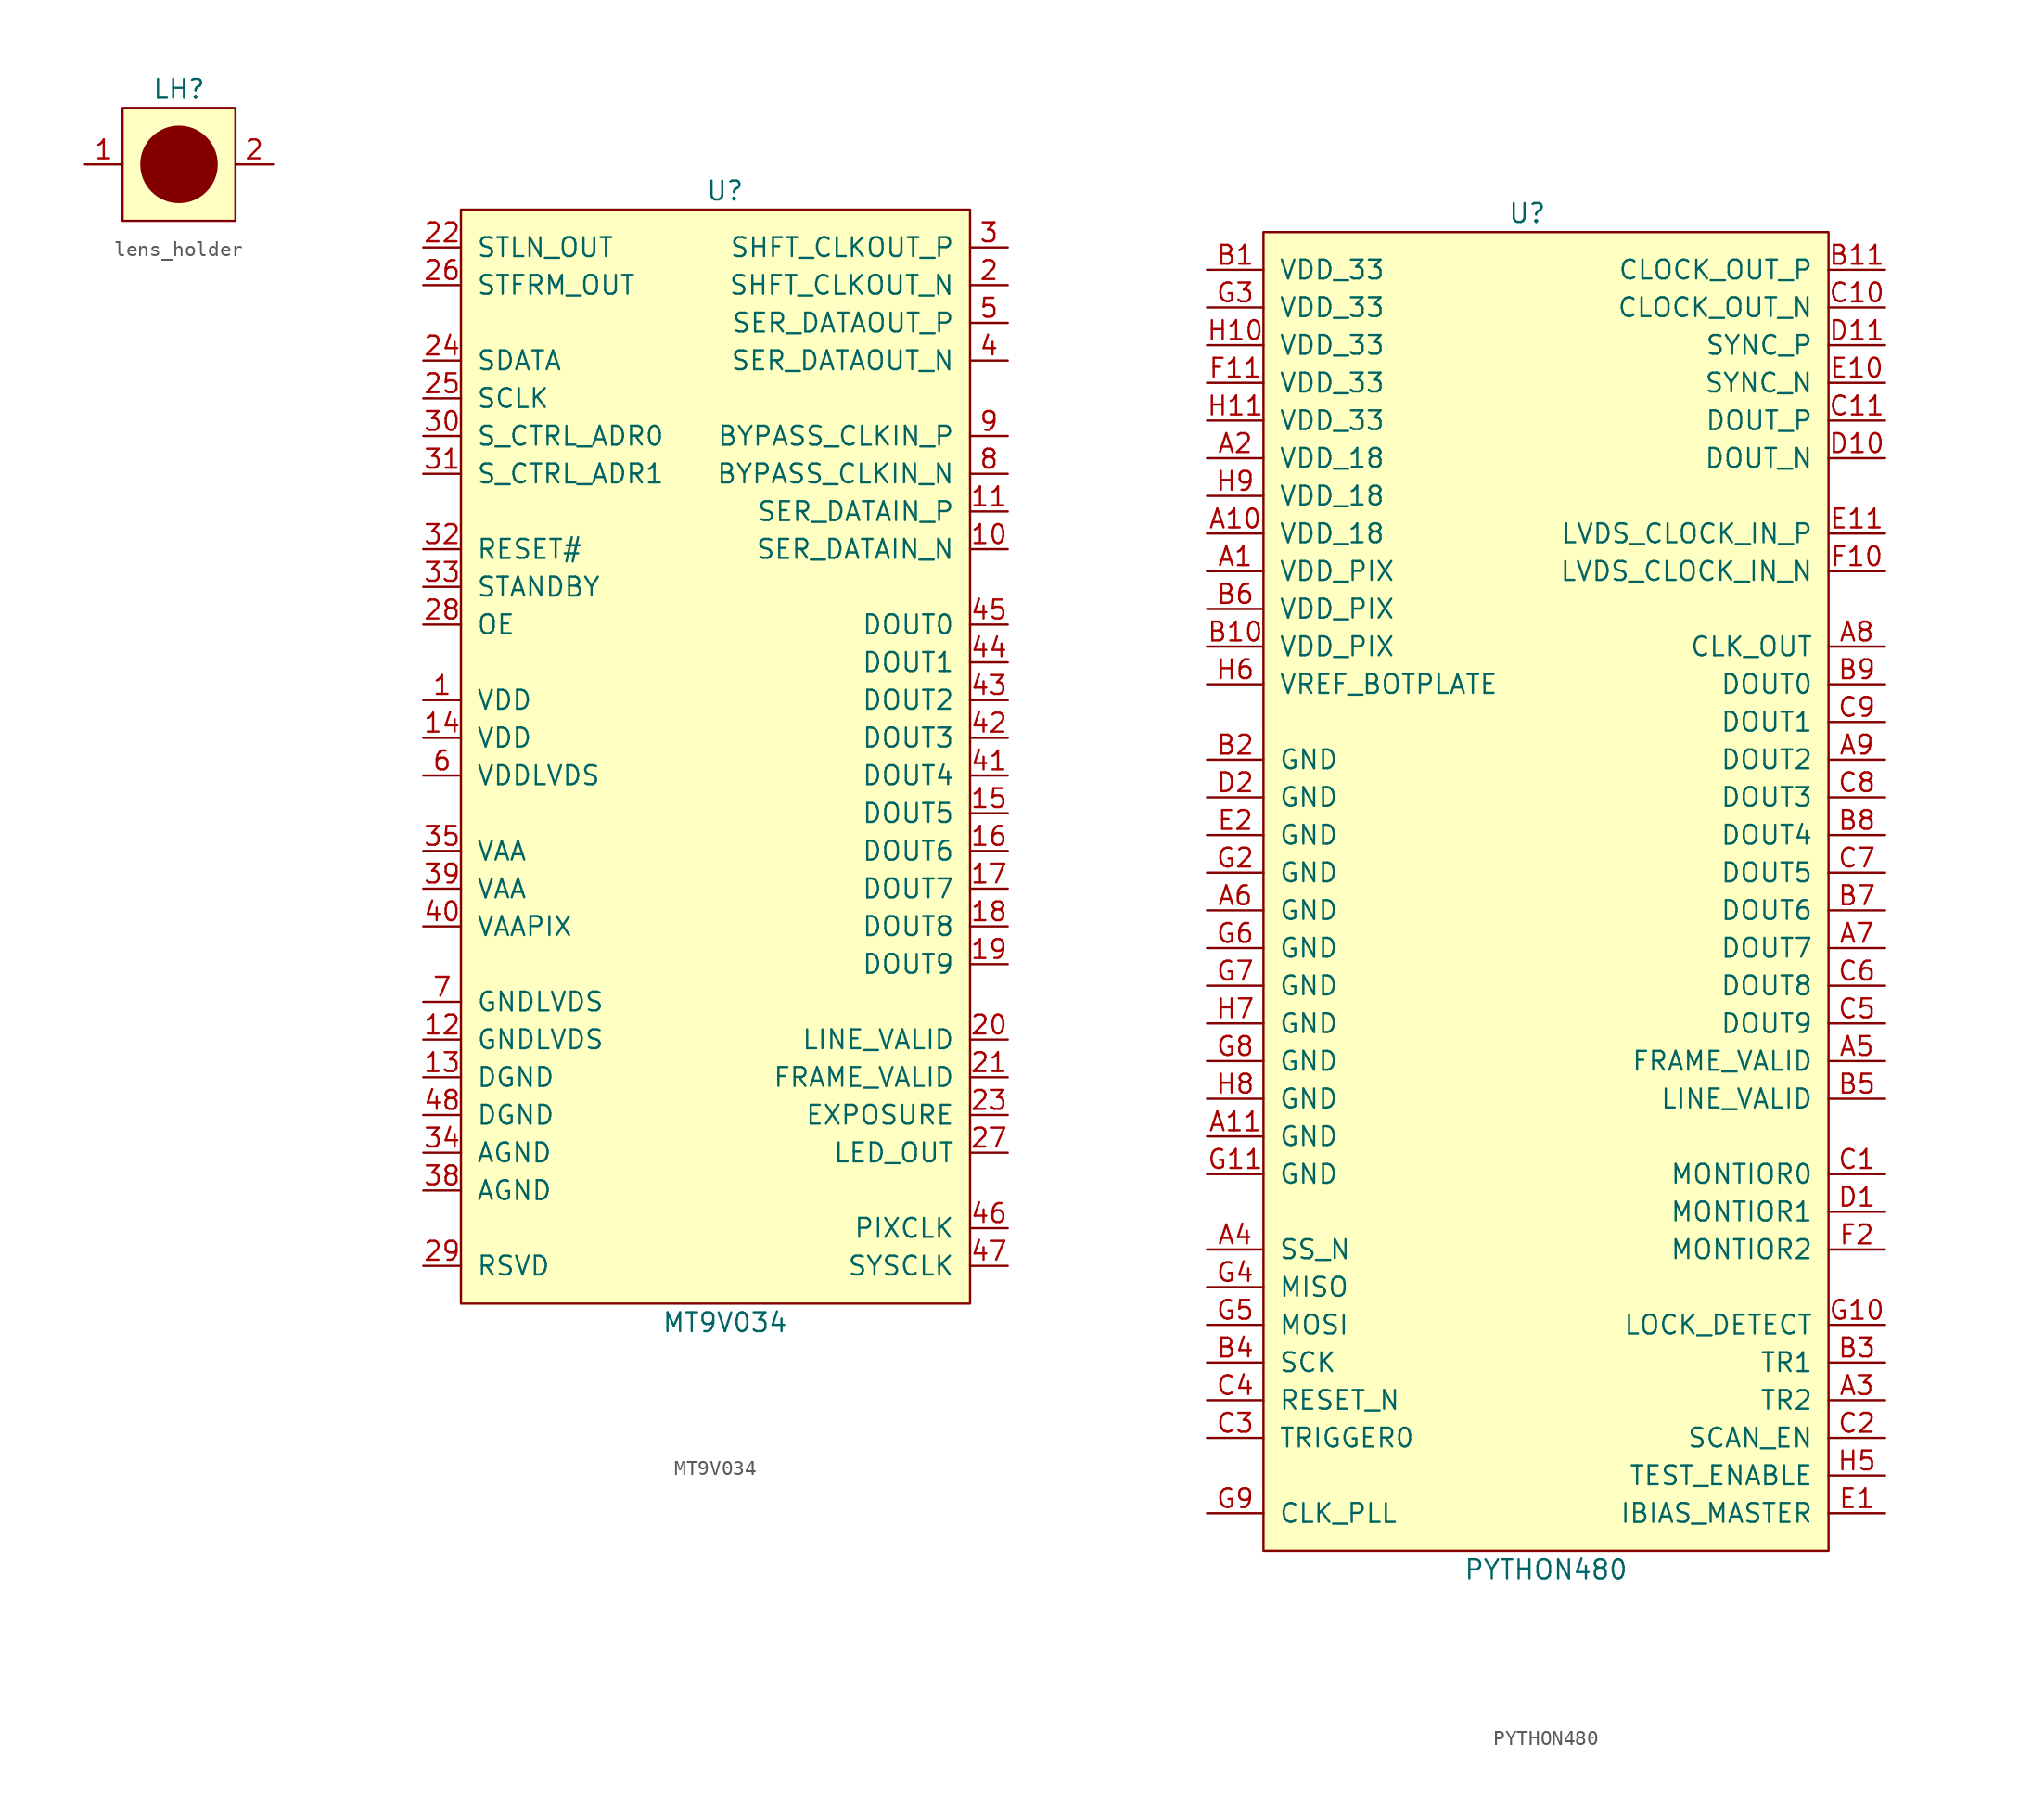
<source format=kicad_sym>
(kicad_symbol_lib
  (version 20211014)
  (generator kicad_symbol_editor)
  (symbol "lens_holder"
    (pin_names
      (offset 1.016))
    (property "Reference" "LH"
      (at 3.81 1.27 0)
      (effects (font (size 1.27 1.27))))
    (symbol "lens_holder_0_1"
      (rectangle (start 0 0) (end 7.62 -7.62) (stroke (width 0) (type default) (color 0 0 0 0)) (fill (type background)))
      (circle (center 3.81 -3.81) (radius 2.54) (stroke (width 0) (type default) (color 0 0 0 0)) (fill (type outline))))
    (symbol "lens_holder_1_1"
      (pin passive line (at -2.54 -3.81 0) (length 2.54) (name "~" (effects (font (size 1.27 1.27)))) (number "1" (effects (font (size 1.27 1.27)))))
      (pin passive line (at 10.16 -3.81 180) (length 2.54) (name "~" (effects (font (size 1.27 1.27)))) (number "2" (effects (font (size 1.27 1.27)))))))
  (symbol "MT9V034"
    (pin_names
      (offset 1.016))
    (property "Reference" "U"
      (at 17.78 1.27 0)
      (effects (font (size 1.27 1.27))))
    (property "Value" "MT9V034"
      (at 17.78 -74.93 0)
      (effects (font (size 1.27 1.27))))
    (symbol "MT9V034_0_1"
      (rectangle (start 0 0) (end 34.29 -73.66) (stroke (width 0) (type default) (color 0 0 0 0)) (fill (type background))))
    (symbol "MT9V034_1_1"
      (pin power_in line (at -2.54 -33.02 0) (length 2.54) (name "VDD" (effects (font (size 1.27 1.27)))) (number "1" (effects (font (size 1.27 1.27)))))
      (pin input line (at 36.83 -22.86 180) (length 2.54) (name "SER_DATAIN_N" (effects (font (size 1.27 1.27)))) (number "10" (effects (font (size 1.27 1.27)))))
      (pin input line (at 36.83 -20.32 180) (length 2.54) (name "SER_DATAIN_P" (effects (font (size 1.27 1.27)))) (number "11" (effects (font (size 1.27 1.27)))))
      (pin power_in line (at -2.54 -55.88 0) (length 2.54) (name "GNDLVDS" (effects (font (size 1.27 1.27)))) (number "12" (effects (font (size 1.27 1.27)))))
      (pin power_in line (at -2.54 -58.42 0) (length 2.54) (name "DGND" (effects (font (size 1.27 1.27)))) (number "13" (effects (font (size 1.27 1.27)))))
      (pin power_in line (at -2.54 -35.56 0) (length 2.54) (name "VDD" (effects (font (size 1.27 1.27)))) (number "14" (effects (font (size 1.27 1.27)))))
      (pin output line (at 36.83 -40.64 180) (length 2.54) (name "DOUT5" (effects (font (size 1.27 1.27)))) (number "15" (effects (font (size 1.27 1.27)))))
      (pin output line (at 36.83 -43.18 180) (length 2.54) (name "DOUT6" (effects (font (size 1.27 1.27)))) (number "16" (effects (font (size 1.27 1.27)))))
      (pin output line (at 36.83 -45.72 180) (length 2.54) (name "DOUT7" (effects (font (size 1.27 1.27)))) (number "17" (effects (font (size 1.27 1.27)))))
      (pin output line (at 36.83 -48.26 180) (length 2.54) (name "DOUT8" (effects (font (size 1.27 1.27)))) (number "18" (effects (font (size 1.27 1.27)))))
      (pin output line (at 36.83 -50.8 180) (length 2.54) (name "DOUT9" (effects (font (size 1.27 1.27)))) (number "19" (effects (font (size 1.27 1.27)))))
      (pin output line (at 36.83 -5.08 180) (length 2.54) (name "SHFT_CLKOUT_N" (effects (font (size 1.27 1.27)))) (number "2" (effects (font (size 1.27 1.27)))))
      (pin output line (at 36.83 -55.88 180) (length 2.54) (name "LINE_VALID" (effects (font (size 1.27 1.27)))) (number "20" (effects (font (size 1.27 1.27)))))
      (pin output line (at 36.83 -58.42 180) (length 2.54) (name "FRAME_VALID" (effects (font (size 1.27 1.27)))) (number "21" (effects (font (size 1.27 1.27)))))
      (pin output line (at -2.54 -2.54 0) (length 2.54) (name "STLN_OUT" (effects (font (size 1.27 1.27)))) (number "22" (effects (font (size 1.27 1.27)))))
      (pin output line (at 36.83 -60.96 180) (length 2.54) (name "EXPOSURE" (effects (font (size 1.27 1.27)))) (number "23" (effects (font (size 1.27 1.27)))))
      (pin bidirectional line (at -2.54 -10.16 0) (length 2.54) (name "SDATA" (effects (font (size 1.27 1.27)))) (number "24" (effects (font (size 1.27 1.27)))))
      (pin input line (at -2.54 -12.7 0) (length 2.54) (name "SCLK" (effects (font (size 1.27 1.27)))) (number "25" (effects (font (size 1.27 1.27)))))
      (pin output line (at -2.54 -5.08 0) (length 2.54) (name "STFRM_OUT" (effects (font (size 1.27 1.27)))) (number "26" (effects (font (size 1.27 1.27)))))
      (pin output line (at 36.83 -63.5 180) (length 2.54) (name "LED_OUT" (effects (font (size 1.27 1.27)))) (number "27" (effects (font (size 1.27 1.27)))))
      (pin passive line (at -2.54 -27.94 0) (length 2.54) (name "OE" (effects (font (size 1.27 1.27)))) (number "28" (effects (font (size 1.27 1.27)))))
      (pin passive line (at -2.54 -71.12 0) (length 2.54) (name "RSVD" (effects (font (size 1.27 1.27)))) (number "29" (effects (font (size 1.27 1.27)))))
      (pin output line (at 36.83 -2.54 180) (length 2.54) (name "SHFT_CLKOUT_P" (effects (font (size 1.27 1.27)))) (number "3" (effects (font (size 1.27 1.27)))))
      (pin passive line (at -2.54 -15.24 0) (length 2.54) (name "S_CTRL_ADR0" (effects (font (size 1.27 1.27)))) (number "30" (effects (font (size 1.27 1.27)))))
      (pin passive line (at -2.54 -17.78 0) (length 2.54) (name "S_CTRL_ADR1" (effects (font (size 1.27 1.27)))) (number "31" (effects (font (size 1.27 1.27)))))
      (pin passive line (at -2.54 -22.86 0) (length 2.54) (name "RESET#" (effects (font (size 1.27 1.27)))) (number "32" (effects (font (size 1.27 1.27)))))
      (pin passive line (at -2.54 -25.4 0) (length 2.54) (name "STANDBY" (effects (font (size 1.27 1.27)))) (number "33" (effects (font (size 1.27 1.27)))))
      (pin power_in line (at -2.54 -63.5 0) (length 2.54) (name "AGND" (effects (font (size 1.27 1.27)))) (number "34" (effects (font (size 1.27 1.27)))))
      (pin power_in line (at -2.54 -43.18 0) (length 2.54) (name "VAA" (effects (font (size 1.27 1.27)))) (number "35" (effects (font (size 1.27 1.27)))))
      (pin power_in line (at -2.54 -66.04 0) (length 2.54) (name "AGND" (effects (font (size 1.27 1.27)))) (number "38" (effects (font (size 1.27 1.27)))))
      (pin power_in line (at -2.54 -45.72 0) (length 2.54) (name "VAA" (effects (font (size 1.27 1.27)))) (number "39" (effects (font (size 1.27 1.27)))))
      (pin output line (at 36.83 -10.16 180) (length 2.54) (name "SER_DATAOUT_N" (effects (font (size 1.27 1.27)))) (number "4" (effects (font (size 1.27 1.27)))))
      (pin power_in line (at -2.54 -48.26 0) (length 2.54) (name "VAAPIX" (effects (font (size 1.27 1.27)))) (number "40" (effects (font (size 1.27 1.27)))))
      (pin output line (at 36.83 -38.1 180) (length 2.54) (name "DOUT4" (effects (font (size 1.27 1.27)))) (number "41" (effects (font (size 1.27 1.27)))))
      (pin output line (at 36.83 -35.56 180) (length 2.54) (name "DOUT3" (effects (font (size 1.27 1.27)))) (number "42" (effects (font (size 1.27 1.27)))))
      (pin output line (at 36.83 -33.02 180) (length 2.54) (name "DOUT2" (effects (font (size 1.27 1.27)))) (number "43" (effects (font (size 1.27 1.27)))))
      (pin output line (at 36.83 -30.48 180) (length 2.54) (name "DOUT1" (effects (font (size 1.27 1.27)))) (number "44" (effects (font (size 1.27 1.27)))))
      (pin output line (at 36.83 -27.94 180) (length 2.54) (name "DOUT0" (effects (font (size 1.27 1.27)))) (number "45" (effects (font (size 1.27 1.27)))))
      (pin output line (at 36.83 -68.58 180) (length 2.54) (name "PIXCLK" (effects (font (size 1.27 1.27)))) (number "46" (effects (font (size 1.27 1.27)))))
      (pin input line (at 36.83 -71.12 180) (length 2.54) (name "SYSCLK" (effects (font (size 1.27 1.27)))) (number "47" (effects (font (size 1.27 1.27)))))
      (pin power_in line (at -2.54 -60.96 0) (length 2.54) (name "DGND" (effects (font (size 1.27 1.27)))) (number "48" (effects (font (size 1.27 1.27)))))
      (pin output line (at 36.83 -7.62 180) (length 2.54) (name "SER_DATAOUT_P" (effects (font (size 1.27 1.27)))) (number "5" (effects (font (size 1.27 1.27)))))
      (pin power_in line (at -2.54 -38.1 0) (length 2.54) (name "VDDLVDS" (effects (font (size 1.27 1.27)))) (number "6" (effects (font (size 1.27 1.27)))))
      (pin power_in line (at -2.54 -53.34 0) (length 2.54) (name "GNDLVDS" (effects (font (size 1.27 1.27)))) (number "7" (effects (font (size 1.27 1.27)))))
      (pin input line (at 36.83 -17.78 180) (length 2.54) (name "BYPASS_CLKIN_N" (effects (font (size 1.27 1.27)))) (number "8" (effects (font (size 1.27 1.27)))))
      (pin input line (at 36.83 -15.24 180) (length 2.54) (name "BYPASS_CLKIN_P" (effects (font (size 1.27 1.27)))) (number "9" (effects (font (size 1.27 1.27)))))))
  (symbol "PYTHON480"
    (pin_names
      (offset 1.016))
    (property "Reference" "U"
      (at 17.78 1.27 0)
      (effects (font (size 1.27 1.27))))
    (property "Value" "PYTHON480"
      (at 19.05 -90.17 0)
      (effects (font (size 1.27 1.27))))
    (symbol "PYTHON480_0_1"
      (rectangle (start 0 0) (end 38.1 -88.9) (stroke (width 0) (type default) (color 0 0 0 0)) (fill (type background))))
    (symbol "PYTHON480_1_1"
      (pin power_in line (at -3.81 -22.86 0) (length 3.81) (name "VDD_PIX" (effects (font (size 1.27 1.27)))) (number "A1" (effects (font (size 1.27 1.27)))))
      (pin power_in line (at -3.81 -20.32 0) (length 3.81) (name "VDD_18" (effects (font (size 1.27 1.27)))) (number "A10" (effects (font (size 1.27 1.27)))))
      (pin power_in line (at -3.81 -60.96 0) (length 3.81) (name "GND" (effects (font (size 1.27 1.27)))) (number "A11" (effects (font (size 1.27 1.27)))))
      (pin power_in line (at -3.81 -15.24 0) (length 3.81) (name "VDD_18" (effects (font (size 1.27 1.27)))) (number "A2" (effects (font (size 1.27 1.27)))))
      (pin passive line (at 41.91 -78.74 180) (length 3.81) (name "TR2" (effects (font (size 1.27 1.27)))) (number "A3" (effects (font (size 1.27 1.27)))))
      (pin input line (at -3.81 -68.58 0) (length 3.81) (name "SS_N" (effects (font (size 1.27 1.27)))) (number "A4" (effects (font (size 1.27 1.27)))))
      (pin output line (at 41.91 -55.88 180) (length 3.81) (name "FRAME_VALID" (effects (font (size 1.27 1.27)))) (number "A5" (effects (font (size 1.27 1.27)))))
      (pin power_in line (at -3.81 -45.72 0) (length 3.81) (name "GND" (effects (font (size 1.27 1.27)))) (number "A6" (effects (font (size 1.27 1.27)))))
      (pin output line (at 41.91 -48.26 180) (length 3.81) (name "DOUT7" (effects (font (size 1.27 1.27)))) (number "A7" (effects (font (size 1.27 1.27)))))
      (pin output line (at 41.91 -27.94 180) (length 3.81) (name "CLK_OUT" (effects (font (size 1.27 1.27)))) (number "A8" (effects (font (size 1.27 1.27)))))
      (pin output line (at 41.91 -35.56 180) (length 3.81) (name "DOUT2" (effects (font (size 1.27 1.27)))) (number "A9" (effects (font (size 1.27 1.27)))))
      (pin power_in line (at -3.81 -2.54 0) (length 3.81) (name "VDD_33" (effects (font (size 1.27 1.27)))) (number "B1" (effects (font (size 1.27 1.27)))))
      (pin power_in line (at -3.81 -27.94 0) (length 3.81) (name "VDD_PIX" (effects (font (size 1.27 1.27)))) (number "B10" (effects (font (size 1.27 1.27)))))
      (pin output line (at 41.91 -2.54 180) (length 3.81) (name "CLOCK_OUT_P" (effects (font (size 1.27 1.27)))) (number "B11" (effects (font (size 1.27 1.27)))))
      (pin power_in line (at -3.81 -35.56 0) (length 3.81) (name "GND" (effects (font (size 1.27 1.27)))) (number "B2" (effects (font (size 1.27 1.27)))))
      (pin passive line (at 41.91 -76.2 180) (length 3.81) (name "TR1" (effects (font (size 1.27 1.27)))) (number "B3" (effects (font (size 1.27 1.27)))))
      (pin input line (at -3.81 -76.2 0) (length 3.81) (name "SCK" (effects (font (size 1.27 1.27)))) (number "B4" (effects (font (size 1.27 1.27)))))
      (pin output line (at 41.91 -58.42 180) (length 3.81) (name "LINE_VALID" (effects (font (size 1.27 1.27)))) (number "B5" (effects (font (size 1.27 1.27)))))
      (pin power_in line (at -3.81 -25.4 0) (length 3.81) (name "VDD_PIX" (effects (font (size 1.27 1.27)))) (number "B6" (effects (font (size 1.27 1.27)))))
      (pin output line (at 41.91 -45.72 180) (length 3.81) (name "DOUT6" (effects (font (size 1.27 1.27)))) (number "B7" (effects (font (size 1.27 1.27)))))
      (pin output line (at 41.91 -40.64 180) (length 3.81) (name "DOUT4" (effects (font (size 1.27 1.27)))) (number "B8" (effects (font (size 1.27 1.27)))))
      (pin output line (at 41.91 -30.48 180) (length 3.81) (name "DOUT0" (effects (font (size 1.27 1.27)))) (number "B9" (effects (font (size 1.27 1.27)))))
      (pin output line (at 41.91 -63.5 180) (length 3.81) (name "MONTIOR0" (effects (font (size 1.27 1.27)))) (number "C1" (effects (font (size 1.27 1.27)))))
      (pin output line (at 41.91 -5.08 180) (length 3.81) (name "CLOCK_OUT_N" (effects (font (size 1.27 1.27)))) (number "C10" (effects (font (size 1.27 1.27)))))
      (pin input line (at 41.91 -12.7 180) (length 3.81) (name "DOUT_P" (effects (font (size 1.27 1.27)))) (number "C11" (effects (font (size 1.27 1.27)))))
      (pin passive line (at 41.91 -81.28 180) (length 3.81) (name "SCAN_EN" (effects (font (size 1.27 1.27)))) (number "C2" (effects (font (size 1.27 1.27)))))
      (pin passive line (at -3.81 -81.28 0) (length 3.81) (name "TRIGGER0" (effects (font (size 1.27 1.27)))) (number "C3" (effects (font (size 1.27 1.27)))))
      (pin passive line (at -3.81 -78.74 0) (length 3.81) (name "RESET_N" (effects (font (size 1.27 1.27)))) (number "C4" (effects (font (size 1.27 1.27)))))
      (pin output line (at 41.91 -53.34 180) (length 3.81) (name "DOUT9" (effects (font (size 1.27 1.27)))) (number "C5" (effects (font (size 1.27 1.27)))))
      (pin output line (at 41.91 -50.8 180) (length 3.81) (name "DOUT8" (effects (font (size 1.27 1.27)))) (number "C6" (effects (font (size 1.27 1.27)))))
      (pin output line (at 41.91 -43.18 180) (length 3.81) (name "DOUT5" (effects (font (size 1.27 1.27)))) (number "C7" (effects (font (size 1.27 1.27)))))
      (pin output line (at 41.91 -38.1 180) (length 3.81) (name "DOUT3" (effects (font (size 1.27 1.27)))) (number "C8" (effects (font (size 1.27 1.27)))))
      (pin output line (at 41.91 -33.02 180) (length 3.81) (name "DOUT1" (effects (font (size 1.27 1.27)))) (number "C9" (effects (font (size 1.27 1.27)))))
      (pin output line (at 41.91 -66.04 180) (length 3.81) (name "MONTIOR1" (effects (font (size 1.27 1.27)))) (number "D1" (effects (font (size 1.27 1.27)))))
      (pin input line (at 41.91 -15.24 180) (length 3.81) (name "DOUT_N" (effects (font (size 1.27 1.27)))) (number "D10" (effects (font (size 1.27 1.27)))))
      (pin output line (at 41.91 -7.62 180) (length 3.81) (name "SYNC_P" (effects (font (size 1.27 1.27)))) (number "D11" (effects (font (size 1.27 1.27)))))
      (pin power_in line (at -3.81 -38.1 0) (length 3.81) (name "GND" (effects (font (size 1.27 1.27)))) (number "D2" (effects (font (size 1.27 1.27)))))
      (pin passive line (at 41.91 -86.36 180) (length 3.81) (name "IBIAS_MASTER" (effects (font (size 1.27 1.27)))) (number "E1" (effects (font (size 1.27 1.27)))))
      (pin output line (at 41.91 -10.16 180) (length 3.81) (name "SYNC_N" (effects (font (size 1.27 1.27)))) (number "E10" (effects (font (size 1.27 1.27)))))
      (pin input line (at 41.91 -20.32 180) (length 3.81) (name "LVDS_CLOCK_IN_P" (effects (font (size 1.27 1.27)))) (number "E11" (effects (font (size 1.27 1.27)))))
      (pin power_in line (at -3.81 -40.64 0) (length 3.81) (name "GND" (effects (font (size 1.27 1.27)))) (number "E2" (effects (font (size 1.27 1.27)))))
      (pin input line (at 41.91 -22.86 180) (length 3.81) (name "LVDS_CLOCK_IN_N" (effects (font (size 1.27 1.27)))) (number "F10" (effects (font (size 1.27 1.27)))))
      (pin power_in line (at -3.81 -10.16 0) (length 3.81) (name "VDD_33" (effects (font (size 1.27 1.27)))) (number "F11" (effects (font (size 1.27 1.27)))))
      (pin output line (at 41.91 -68.58 180) (length 3.81) (name "MONTIOR2" (effects (font (size 1.27 1.27)))) (number "F2" (effects (font (size 1.27 1.27)))))
      (pin output line (at 41.91 -73.66 180) (length 3.81) (name "LOCK_DETECT" (effects (font (size 1.27 1.27)))) (number "G10" (effects (font (size 1.27 1.27)))))
      (pin power_in line (at -3.81 -63.5 0) (length 3.81) (name "GND" (effects (font (size 1.27 1.27)))) (number "G11" (effects (font (size 1.27 1.27)))))
      (pin power_in line (at -3.81 -43.18 0) (length 3.81) (name "GND" (effects (font (size 1.27 1.27)))) (number "G2" (effects (font (size 1.27 1.27)))))
      (pin power_in line (at -3.81 -5.08 0) (length 3.81) (name "VDD_33" (effects (font (size 1.27 1.27)))) (number "G3" (effects (font (size 1.27 1.27)))))
      (pin output line (at -3.81 -71.12 0) (length 3.81) (name "MISO" (effects (font (size 1.27 1.27)))) (number "G4" (effects (font (size 1.27 1.27)))))
      (pin input line (at -3.81 -73.66 0) (length 3.81) (name "MOSI" (effects (font (size 1.27 1.27)))) (number "G5" (effects (font (size 1.27 1.27)))))
      (pin power_in line (at -3.81 -48.26 0) (length 3.81) (name "GND" (effects (font (size 1.27 1.27)))) (number "G6" (effects (font (size 1.27 1.27)))))
      (pin power_in line (at -3.81 -50.8 0) (length 3.81) (name "GND" (effects (font (size 1.27 1.27)))) (number "G7" (effects (font (size 1.27 1.27)))))
      (pin power_in line (at -3.81 -55.88 0) (length 3.81) (name "GND" (effects (font (size 1.27 1.27)))) (number "G8" (effects (font (size 1.27 1.27)))))
      (pin input line (at -3.81 -86.36 0) (length 3.81) (name "CLK_PLL" (effects (font (size 1.27 1.27)))) (number "G9" (effects (font (size 1.27 1.27)))))
      (pin power_in line (at -3.81 -7.62 0) (length 3.81) (name "VDD_33" (effects (font (size 1.27 1.27)))) (number "H10" (effects (font (size 1.27 1.27)))))
      (pin power_in line (at -3.81 -12.7 0) (length 3.81) (name "VDD_33" (effects (font (size 1.27 1.27)))) (number "H11" (effects (font (size 1.27 1.27)))))
      (pin passive line (at 41.91 -83.82 180) (length 3.81) (name "TEST_ENABLE" (effects (font (size 1.27 1.27)))) (number "H5" (effects (font (size 1.27 1.27)))))
      (pin power_in line (at -3.81 -30.48 0) (length 3.81) (name "VREF_BOTPLATE" (effects (font (size 1.27 1.27)))) (number "H6" (effects (font (size 1.27 1.27)))))
      (pin power_in line (at -3.81 -53.34 0) (length 3.81) (name "GND" (effects (font (size 1.27 1.27)))) (number "H7" (effects (font (size 1.27 1.27)))))
      (pin power_in line (at -3.81 -58.42 0) (length 3.81) (name "GND" (effects (font (size 1.27 1.27)))) (number "H8" (effects (font (size 1.27 1.27)))))
      (pin power_in line (at -3.81 -17.78 0) (length 3.81) (name "VDD_18" (effects (font (size 1.27 1.27)))) (number "H9" (effects (font (size 1.27 1.27))))))))
</source>
